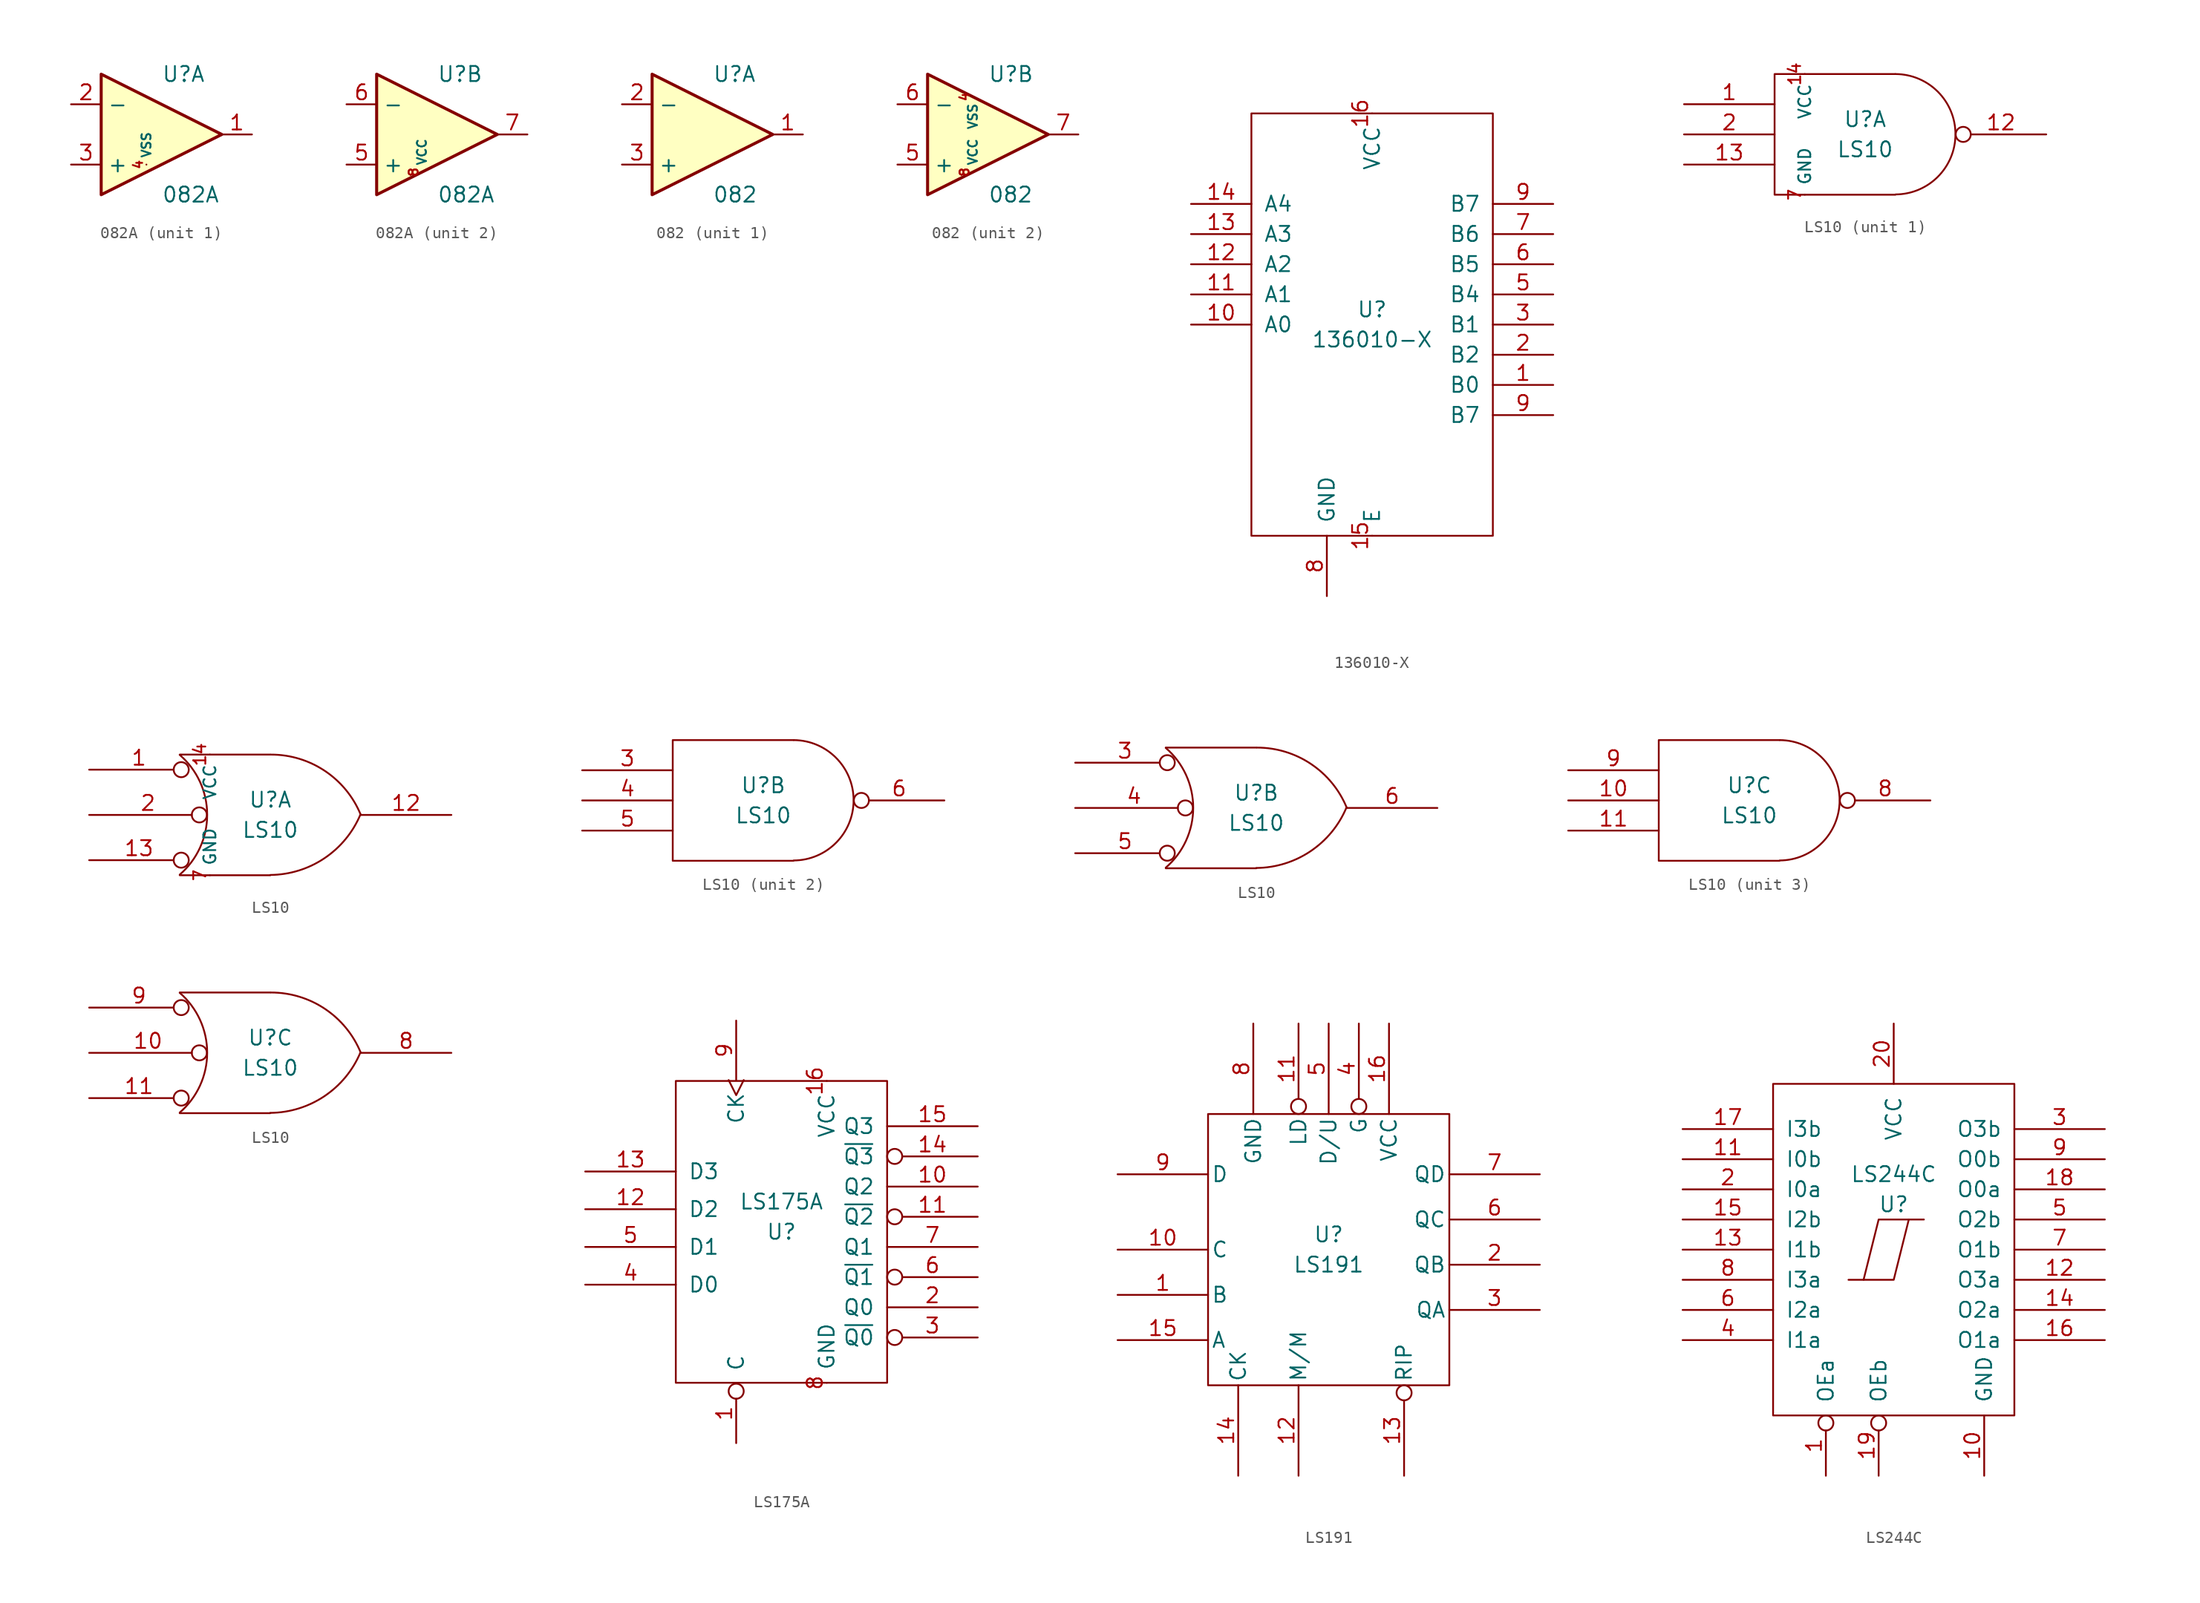
<source format=kicad_sym>
(kicad_symbol_lib
  (version 20211014)
  (generator kicad_symbol_editor)
  (symbol "082A"
    (property "Reference" "U"
      (at 0 5.08 0)
      (effects (font (size 1.27 1.27)) (justify left)))
    (property "Value" "082A"
      (at 0 -5.08 0)
      (effects (font (size 1.27 1.27)) (justify left)))
    (symbol "082A_0_1"
      (polyline (pts (xy -5.08 5.08) (xy 5.08 0) (xy -5.08 -5.08) (xy -5.08 5.08)) (stroke (width 0.254) (type default) (color 0 0 0 0)) (fill (type background))))
    (symbol "082A_1_1"
      (pin output line (at 7.62 0 180) (length 2.54) (name "~" (effects (font (size 1.27 1.27)))) (number "1" (effects (font (size 1.27 1.27)))))
      (pin input line (at -7.62 2.54 0) (length 2.54) (name "-" (effects (font (size 1.27 1.27)))) (number "2" (effects (font (size 1.27 1.27)))))
      (pin input line (at -7.62 -2.54 0) (length 2.54) (name "+" (effects (font (size 1.27 1.27)))) (number "3" (effects (font (size 1.27 1.27)))))
      (pin bidirectional line (at -1.27 -2.54 90) (length 0) (name "VSS" (effects (font (size 0.762 0.762)))) (number "4" (effects (font (size 0.762 0.762))))))
    (symbol "082A_2_1"
      (pin input line (at -7.62 -2.54 0) (length 2.54) (name "+" (effects (font (size 1.27 1.27)))) (number "5" (effects (font (size 1.27 1.27)))))
      (pin input line (at -7.62 2.54 0) (length 2.54) (name "-" (effects (font (size 1.27 1.27)))) (number "6" (effects (font (size 1.27 1.27)))))
      (pin output line (at 7.62 0 180) (length 2.54) (name "~" (effects (font (size 1.27 1.27)))) (number "7" (effects (font (size 1.27 1.27)))))
      (pin bidirectional line (at -1.27 -3.175 90) (length 0) (name "VCC" (effects (font (size 0.762 0.762)))) (number "8" (effects (font (size 0.762 0.762)))))))
  (symbol "082"
    (property "Reference" "U"
      (at 0 5.08 0)
      (effects (font (size 1.27 1.27)) (justify left)))
    (property "Value" "082"
      (at 0 -5.08 0)
      (effects (font (size 1.27 1.27)) (justify left)))
    (symbol "082_0_1"
      (polyline (pts (xy -5.08 5.08) (xy 5.08 0) (xy -5.08 -5.08) (xy -5.08 5.08)) (stroke (width 0.254) (type default) (color 0 0 0 0)) (fill (type background))))
    (symbol "082_1_1"
      (pin output line (at 7.62 0 180) (length 2.54) (name "~" (effects (font (size 1.27 1.27)))) (number "1" (effects (font (size 1.27 1.27)))))
      (pin input line (at -7.62 2.54 0) (length 2.54) (name "-" (effects (font (size 1.27 1.27)))) (number "2" (effects (font (size 1.27 1.27)))))
      (pin input line (at -7.62 -2.54 0) (length 2.54) (name "+" (effects (font (size 1.27 1.27)))) (number "3" (effects (font (size 1.27 1.27))))))
    (symbol "082_2_1"
      (pin bidirectional line (at -1.27 3.175 270) (length 0) (name "VSS" (effects (font (size 0.762 0.762)))) (number "4" (effects (font (size 0.762 0.762)))))
      (pin input line (at -7.62 -2.54 0) (length 2.54) (name "+" (effects (font (size 1.27 1.27)))) (number "5" (effects (font (size 1.27 1.27)))))
      (pin input line (at -7.62 2.54 0) (length 2.54) (name "-" (effects (font (size 1.27 1.27)))) (number "6" (effects (font (size 1.27 1.27)))))
      (pin output line (at 7.62 0 180) (length 2.54) (name "~" (effects (font (size 1.27 1.27)))) (number "7" (effects (font (size 1.27 1.27)))))
      (pin bidirectional line (at -1.27 -3.175 90) (length 0) (name "VCC" (effects (font (size 0.762 0.762)))) (number "8" (effects (font (size 0.762 0.762)))))))
  (symbol "136010-X"
    (pin_names
      (offset 1.016))
    (property "Reference" "U"
      (at 0 1.27 0)
      (effects (font (size 1.27 1.27))))
    (property "Value" "136010-X"
      (at 0 -1.27 0)
      (effects (font (size 1.27 1.27))))
    (symbol "136010-X_1_1"
      (rectangle (start -10.16 17.78) (end 10.16 -17.78) (stroke (width 0) (type default) (color 0 0 0 0)) (fill (type none)))
      (pin bidirectional line (at 15.24 -5.08 180) (length 5.08) (name "B0" (effects (font (size 1.27 1.27)))) (number "1" (effects (font (size 1.27 1.27)))))
      (pin input line (at -15.24 0 0) (length 5.08) (name "A0" (effects (font (size 1.27 1.27)))) (number "10" (effects (font (size 1.27 1.27)))))
      (pin input line (at -15.24 2.54 0) (length 5.08) (name "A1" (effects (font (size 1.27 1.27)))) (number "11" (effects (font (size 1.27 1.27)))))
      (pin input line (at -15.24 5.08 0) (length 5.08) (name "A2" (effects (font (size 1.27 1.27)))) (number "12" (effects (font (size 1.27 1.27)))))
      (pin input line (at -15.24 7.62 0) (length 5.08) (name "A3" (effects (font (size 1.27 1.27)))) (number "13" (effects (font (size 1.27 1.27)))))
      (pin input line (at -15.24 10.16 0) (length 5.08) (name "A4" (effects (font (size 1.27 1.27)))) (number "14" (effects (font (size 1.27 1.27)))))
      (pin bidirectional line (at 0 -17.78 90) (length 0) (name "E" (effects (font (size 1.27 1.27)))) (number "15" (effects (font (size 1.27 1.27)))))
      (pin power_in line (at 0 17.78 270) (length 0) (name "VCC" (effects (font (size 1.27 1.27)))) (number "16" (effects (font (size 1.27 1.27)))))
      (pin bidirectional line (at 15.24 -2.54 180) (length 5.08) (name "B2" (effects (font (size 1.27 1.27)))) (number "2" (effects (font (size 1.27 1.27)))))
      (pin bidirectional line (at 15.24 0 180) (length 5.08) (name "B1" (effects (font (size 1.27 1.27)))) (number "3" (effects (font (size 1.27 1.27)))))
      (pin bidirectional line (at 15.24 2.54 180) (length 5.08) (name "B4" (effects (font (size 1.27 1.27)))) (number "5" (effects (font (size 1.27 1.27)))))
      (pin bidirectional line (at 15.24 5.08 180) (length 5.08) (name "B5" (effects (font (size 1.27 1.27)))) (number "6" (effects (font (size 1.27 1.27)))))
      (pin bidirectional line (at 15.24 7.62 180) (length 5.08) (name "B6" (effects (font (size 1.27 1.27)))) (number "7" (effects (font (size 1.27 1.27)))))
      (pin power_in line (at -3.81 -22.86 90) (length 5.08) (name "GND" (effects (font (size 1.27 1.27)))) (number "8" (effects (font (size 1.27 1.27)))))
      (pin bidirectional line (at 15.24 -7.62 180) (length 5.08) (name "B7" (effects (font (size 1.27 1.27)))) (number "9" (effects (font (size 1.27 1.27)))))
      (pin bidirectional line (at 15.24 10.16 180) (length 5.08) (name "B7" (effects (font (size 1.27 1.27)))) (number "9" (effects (font (size 1.27 1.27)))))))
  (symbol "LS10"
    (pin_names
      (offset 0.762))
    (property "Reference" "U"
      (at 0 1.27 0)
      (effects (font (size 1.27 1.27))))
    (property "Value" "LS10"
      (at 0 -1.27 0)
      (effects (font (size 1.27 1.27))))
    (symbol "LS10_0_1"
      (polyline (pts (xy 2.54 5.08) (xy -7.62 5.08) (xy -7.62 -5.08) (xy 2.54 -5.08)) (stroke (width 0) (type default) (color 0 0 0 0)) (fill (type none)))
      (arc (start 2.5654 -5.0546) (mid 7.5947 0.0127) (end 2.5654 5.08) (stroke (width 0) (type default) (color 0 0 0 0)) (fill (type none))))
    (symbol "LS10_0_2"
      (arc (start -7.62 -5.0292) (mid -5.3094 0.0127) (end -7.62 5.0546) (stroke (width 0) (type default) (color 0 0 0 0)) (fill (type none)))
      (arc (start 0 -5.0546) (mid 4.5649 -3.6437) (end 7.5946 0.0508) (stroke (width 0) (type default) (color 0 0 0 0)) (fill (type none)))
      (polyline (pts (xy -7.62 -5.08) (xy 0 -5.08)) (stroke (width 0) (type default) (color 0 0 0 0)) (fill (type none)))
      (polyline (pts (xy -7.62 5.08) (xy 0 5.08)) (stroke (width 0) (type default) (color 0 0 0 0)) (fill (type none)))
      (arc (start 7.62 0) (mid 4.6112 3.6959) (end 0.0508 5.08) (stroke (width 0) (type default) (color 0 0 0 0)) (fill (type none))))
    (symbol "LS10_1_0"
      (pin power_in line (at -5.08 5.08 270) (length 0) (name "VCC" (effects (font (size 1.016 1.016)))) (number "14" (effects (font (size 1.016 1.016)))))
      (pin power_in line (at -5.08 -5.08 90) (length 0) (name "GND" (effects (font (size 1.016 1.016)))) (number "7" (effects (font (size 1.016 1.016))))))
    (symbol "LS10_1_1"
      (pin input line (at -15.24 2.54 0) (length 7.62) (name "~" (effects (font (size 1.27 1.27)))) (number "1" (effects (font (size 1.27 1.27)))))
      (pin output inverted (at 15.24 0 180) (length 7.62) (name "~" (effects (font (size 1.27 1.27)))) (number "12" (effects (font (size 1.27 1.27)))))
      (pin input line (at -15.24 -2.54 0) (length 7.62) (name "~" (effects (font (size 1.27 1.27)))) (number "13" (effects (font (size 1.27 1.27)))))
      (pin input line (at -15.24 0 0) (length 7.62) (name "~" (effects (font (size 1.27 1.27)))) (number "2" (effects (font (size 1.27 1.27))))))
    (symbol "LS10_1_2"
      (pin input inverted (at -15.24 3.81 0) (length 8.382) (name "~" (effects (font (size 1.27 1.27)))) (number "1" (effects (font (size 1.27 1.27)))))
      (pin output line (at 15.24 0 180) (length 7.62) (name "~" (effects (font (size 1.27 1.27)))) (number "12" (effects (font (size 1.27 1.27)))))
      (pin input inverted (at -15.24 -3.81 0) (length 8.382) (name "~" (effects (font (size 1.27 1.27)))) (number "13" (effects (font (size 1.27 1.27)))))
      (pin input inverted (at -15.24 0 0) (length 9.906) (name "~" (effects (font (size 1.27 1.27)))) (number "2" (effects (font (size 1.27 1.27))))))
    (symbol "LS10_2_1"
      (pin input line (at -15.24 2.54 0) (length 7.62) (name "~" (effects (font (size 1.27 1.27)))) (number "3" (effects (font (size 1.27 1.27)))))
      (pin input line (at -15.24 0 0) (length 7.62) (name "~" (effects (font (size 1.27 1.27)))) (number "4" (effects (font (size 1.27 1.27)))))
      (pin input line (at -15.24 -2.54 0) (length 7.62) (name "~" (effects (font (size 1.27 1.27)))) (number "5" (effects (font (size 1.27 1.27)))))
      (pin output inverted (at 15.24 0 180) (length 7.62) (name "~" (effects (font (size 1.27 1.27)))) (number "6" (effects (font (size 1.27 1.27))))))
    (symbol "LS10_2_2"
      (pin input inverted (at -15.24 3.81 0) (length 8.382) (name "~" (effects (font (size 1.27 1.27)))) (number "3" (effects (font (size 1.27 1.27)))))
      (pin input inverted (at -15.24 0 0) (length 9.906) (name "~" (effects (font (size 1.27 1.27)))) (number "4" (effects (font (size 1.27 1.27)))))
      (pin input inverted (at -15.24 -3.81 0) (length 8.382) (name "~" (effects (font (size 1.27 1.27)))) (number "5" (effects (font (size 1.27 1.27)))))
      (pin output line (at 15.24 0 180) (length 7.62) (name "~" (effects (font (size 1.27 1.27)))) (number "6" (effects (font (size 1.27 1.27))))))
    (symbol "LS10_3_1"
      (pin input line (at -15.24 0 0) (length 7.62) (name "~" (effects (font (size 1.27 1.27)))) (number "10" (effects (font (size 1.27 1.27)))))
      (pin input line (at -15.24 -2.54 0) (length 7.62) (name "~" (effects (font (size 1.27 1.27)))) (number "11" (effects (font (size 1.27 1.27)))))
      (pin output inverted (at 15.24 0 180) (length 7.62) (name "~" (effects (font (size 1.27 1.27)))) (number "8" (effects (font (size 1.27 1.27)))))
      (pin input line (at -15.24 2.54 0) (length 7.62) (name "~" (effects (font (size 1.27 1.27)))) (number "9" (effects (font (size 1.27 1.27))))))
    (symbol "LS10_3_2"
      (pin input inverted (at -15.24 0 0) (length 9.906) (name "~" (effects (font (size 1.27 1.27)))) (number "10" (effects (font (size 1.27 1.27)))))
      (pin input inverted (at -15.24 -3.81 0) (length 8.382) (name "~" (effects (font (size 1.27 1.27)))) (number "11" (effects (font (size 1.27 1.27)))))
      (pin output line (at 15.24 0 180) (length 7.62) (name "~" (effects (font (size 1.27 1.27)))) (number "8" (effects (font (size 1.27 1.27)))))
      (pin input inverted (at -15.24 3.81 0) (length 8.382) (name "~" (effects (font (size 1.27 1.27)))) (number "9" (effects (font (size 1.27 1.27)))))))
  (symbol "LS175A"
    (pin_names
      (offset 1.016))
    (property "Reference" "U"
      (at 0 0 0)
      (effects (font (size 1.27 1.27))))
    (property "Value" "LS175A"
      (at 0 2.54 0)
      (effects (font (size 1.27 1.27))))
    (symbol "LS175A_1_1"
      (rectangle (start -8.89 12.7) (end 8.89 -12.7) (stroke (width 0) (type default) (color 0 0 0 0)) (fill (type none)))
      (pin input inverted (at -3.81 -17.78 90) (length 5.004) (name "C" (effects (font (size 1.27 1.27)))) (number "1" (effects (font (size 1.27 1.27)))))
      (pin output line (at 16.51 3.81 180) (length 7.62) (name "Q2" (effects (font (size 1.27 1.27)))) (number "10" (effects (font (size 1.27 1.27)))))
      (pin output inverted (at 16.51 1.27 180) (length 7.62) (name "~{Q2}" (effects (font (size 1.27 1.27)))) (number "11" (effects (font (size 1.27 1.27)))))
      (pin input line (at -16.51 1.905 0) (length 7.62) (name "D2" (effects (font (size 1.27 1.27)))) (number "12" (effects (font (size 1.27 1.27)))))
      (pin input line (at -16.51 5.08 0) (length 7.62) (name "D3" (effects (font (size 1.27 1.27)))) (number "13" (effects (font (size 1.27 1.27)))))
      (pin output inverted (at 16.51 6.35 180) (length 7.62) (name "~{Q3}" (effects (font (size 1.27 1.27)))) (number "14" (effects (font (size 1.27 1.27)))))
      (pin output line (at 16.51 8.89 180) (length 7.62) (name "Q3" (effects (font (size 1.27 1.27)))) (number "15" (effects (font (size 1.27 1.27)))))
      (pin power_in line (at 3.81 12.7 270) (length 0) (name "VCC" (effects (font (size 1.27 1.27)))) (number "16" (effects (font (size 1.27 1.27)))))
      (pin output line (at 16.51 -6.35 180) (length 7.62) (name "Q0" (effects (font (size 1.27 1.27)))) (number "2" (effects (font (size 1.27 1.27)))))
      (pin output inverted (at 16.51 -8.89 180) (length 7.62) (name "~{Q0}" (effects (font (size 1.27 1.27)))) (number "3" (effects (font (size 1.27 1.27)))))
      (pin input line (at -16.51 -4.445 0) (length 7.62) (name "D0" (effects (font (size 1.27 1.27)))) (number "4" (effects (font (size 1.27 1.27)))))
      (pin input line (at -16.51 -1.27 0) (length 7.62) (name "D1" (effects (font (size 1.27 1.27)))) (number "5" (effects (font (size 1.27 1.27)))))
      (pin output inverted (at 16.51 -3.81 180) (length 7.62) (name "~{Q1}" (effects (font (size 1.27 1.27)))) (number "6" (effects (font (size 1.27 1.27)))))
      (pin output line (at 16.51 -1.27 180) (length 7.62) (name "Q1" (effects (font (size 1.27 1.27)))) (number "7" (effects (font (size 1.27 1.27)))))
      (pin power_in line (at 3.81 -12.7 90) (length 0) (name "GND" (effects (font (size 1.27 1.27)))) (number "8" (effects (font (size 1.27 1.27)))))
      (pin input clock (at -3.81 17.78 270) (length 5.004) (name "CK" (effects (font (size 1.27 1.27)))) (number "9" (effects (font (size 1.27 1.27)))))))
  (symbol "LS191"
    (pin_names
      (offset 0.254))
    (property "Reference" "U"
      (at 0 1.27 0)
      (effects (font (size 1.27 1.27))))
    (property "Value" "LS191"
      (at 0 -1.27 0)
      (effects (font (size 1.27 1.27))))
    (symbol "LS191_0_0"
      (pin power_in line (at 5.08 19.05 270) (length 7.62) (name "VCC" (effects (font (size 1.27 1.27)))) (number "16" (effects (font (size 1.27 1.27)))))
      (pin power_in line (at -6.35 19.05 270) (length 7.62) (name "GND" (effects (font (size 1.27 1.27)))) (number "8" (effects (font (size 1.27 1.27))))))
    (symbol "LS191_0_1"
      (rectangle (start -10.16 11.43) (end 10.16 -11.43) (stroke (width 0) (type default) (color 0 0 0 0)) (fill (type none))))
    (symbol "LS191_1_1"
      (pin input line (at -17.78 -3.81 0) (length 7.62) (name "B" (effects (font (size 1.27 1.27)))) (number "1" (effects (font (size 1.27 1.27)))))
      (pin input line (at -17.78 0 0) (length 7.62) (name "C" (effects (font (size 1.27 1.27)))) (number "10" (effects (font (size 1.27 1.27)))))
      (pin input inverted (at -2.54 19.05 270) (length 7.62) (name "LD" (effects (font (size 1.27 1.27)))) (number "11" (effects (font (size 1.27 1.27)))))
      (pin input line (at -2.54 -19.05 90) (length 7.62) (name "M/M" (effects (font (size 1.27 1.27)))) (number "12" (effects (font (size 1.27 1.27)))))
      (pin input inverted (at 6.35 -19.05 90) (length 7.62) (name "RIP" (effects (font (size 1.27 1.27)))) (number "13" (effects (font (size 1.27 1.27)))))
      (pin input line (at -7.62 -19.05 90) (length 7.62) (name "CK" (effects (font (size 1.27 1.27)))) (number "14" (effects (font (size 1.27 1.27)))))
      (pin input line (at -17.78 -7.62 0) (length 7.62) (name "A" (effects (font (size 1.27 1.27)))) (number "15" (effects (font (size 1.27 1.27)))))
      (pin output line (at 17.78 -1.27 180) (length 7.62) (name "QB" (effects (font (size 1.27 1.27)))) (number "2" (effects (font (size 1.27 1.27)))))
      (pin output line (at 17.78 -5.08 180) (length 7.62) (name "QA" (effects (font (size 1.27 1.27)))) (number "3" (effects (font (size 1.27 1.27)))))
      (pin input inverted (at 2.54 19.05 270) (length 7.62) (name "G" (effects (font (size 1.27 1.27)))) (number "4" (effects (font (size 1.27 1.27)))))
      (pin input line (at 0 19.05 270) (length 7.62) (name "D/U" (effects (font (size 1.27 1.27)))) (number "5" (effects (font (size 1.27 1.27)))))
      (pin output line (at 17.78 2.54 180) (length 7.62) (name "QC" (effects (font (size 1.27 1.27)))) (number "6" (effects (font (size 1.27 1.27)))))
      (pin output line (at 17.78 6.35 180) (length 7.62) (name "QD" (effects (font (size 1.27 1.27)))) (number "7" (effects (font (size 1.27 1.27)))))
      (pin input line (at -17.78 6.35 0) (length 7.62) (name "D" (effects (font (size 1.27 1.27)))) (number "9" (effects (font (size 1.27 1.27)))))))
  (symbol "LS244C"
    (pin_names
      (offset 1.016))
    (property "Reference" "U"
      (at 0 3.81 0)
      (effects (font (size 1.27 1.27))))
    (property "Value" "LS244C"
      (at 0 6.35 0)
      (effects (font (size 1.27 1.27))))
    (symbol "LS244C_1_1"
      (rectangle (start -10.16 13.97) (end 10.16 -13.97) (stroke (width 0) (type default) (color 0 0 0 0)) (fill (type none)))
      (polyline (pts (xy 1.27 2.54) (xy 0 -2.54) (xy -2.54 -2.54)) (stroke (width 0) (type default) (color 0 0 0 0)) (fill (type none)))
      (polyline (pts (xy 2.54 2.54) (xy -1.27 2.54) (xy -2.54 -2.54) (xy -3.81 -2.54)) (stroke (width 0) (type default) (color 0 0 0 0)) (fill (type none)))
      (pin input inverted (at -5.715 -19.05 90) (length 5.08) (name "OEa" (effects (font (size 1.27 1.27)))) (number "1" (effects (font (size 1.27 1.27)))))
      (pin power_in line (at 7.62 -19.05 90) (length 5.08) (name "GND" (effects (font (size 1.27 1.27)))) (number "10" (effects (font (size 1.27 1.27)))))
      (pin input line (at -17.78 7.62 0) (length 7.62) (name "I0b" (effects (font (size 1.27 1.27)))) (number "11" (effects (font (size 1.27 1.27)))))
      (pin tri_state line (at 17.78 -2.54 180) (length 7.62) (name "O3a" (effects (font (size 1.27 1.27)))) (number "12" (effects (font (size 1.27 1.27)))))
      (pin input line (at -17.78 0 0) (length 7.62) (name "I1b" (effects (font (size 1.27 1.27)))) (number "13" (effects (font (size 1.27 1.27)))))
      (pin tri_state line (at 17.78 -5.08 180) (length 7.62) (name "O2a" (effects (font (size 1.27 1.27)))) (number "14" (effects (font (size 1.27 1.27)))))
      (pin input line (at -17.78 2.54 0) (length 7.62) (name "I2b" (effects (font (size 1.27 1.27)))) (number "15" (effects (font (size 1.27 1.27)))))
      (pin tri_state line (at 17.78 -7.62 180) (length 7.62) (name "O1a" (effects (font (size 1.27 1.27)))) (number "16" (effects (font (size 1.27 1.27)))))
      (pin input line (at -17.78 10.16 0) (length 7.62) (name "I3b" (effects (font (size 1.27 1.27)))) (number "17" (effects (font (size 1.27 1.27)))))
      (pin tri_state line (at 17.78 5.08 180) (length 7.62) (name "O0a" (effects (font (size 1.27 1.27)))) (number "18" (effects (font (size 1.27 1.27)))))
      (pin input inverted (at -1.27 -19.05 90) (length 5.08) (name "OEb" (effects (font (size 1.27 1.27)))) (number "19" (effects (font (size 1.27 1.27)))))
      (pin input line (at -17.78 5.08 0) (length 7.62) (name "I0a" (effects (font (size 1.27 1.27)))) (number "2" (effects (font (size 1.27 1.27)))))
      (pin power_in line (at 0 19.05 270) (length 5.08) (name "VCC" (effects (font (size 1.27 1.27)))) (number "20" (effects (font (size 1.27 1.27)))))
      (pin tri_state line (at 17.78 10.16 180) (length 7.62) (name "O3b" (effects (font (size 1.27 1.27)))) (number "3" (effects (font (size 1.27 1.27)))))
      (pin input line (at -17.78 -7.62 0) (length 7.62) (name "I1a" (effects (font (size 1.27 1.27)))) (number "4" (effects (font (size 1.27 1.27)))))
      (pin tri_state line (at 17.78 2.54 180) (length 7.62) (name "O2b" (effects (font (size 1.27 1.27)))) (number "5" (effects (font (size 1.27 1.27)))))
      (pin input line (at -17.78 -5.08 0) (length 7.62) (name "I2a" (effects (font (size 1.27 1.27)))) (number "6" (effects (font (size 1.27 1.27)))))
      (pin tri_state line (at 17.78 0 180) (length 7.62) (name "O1b" (effects (font (size 1.27 1.27)))) (number "7" (effects (font (size 1.27 1.27)))))
      (pin input line (at -17.78 -2.54 0) (length 7.62) (name "I3a" (effects (font (size 1.27 1.27)))) (number "8" (effects (font (size 1.27 1.27)))))
      (pin tri_state line (at 17.78 7.62 180) (length 7.62) (name "O0b" (effects (font (size 1.27 1.27)))) (number "9" (effects (font (size 1.27 1.27))))))))
</source>
